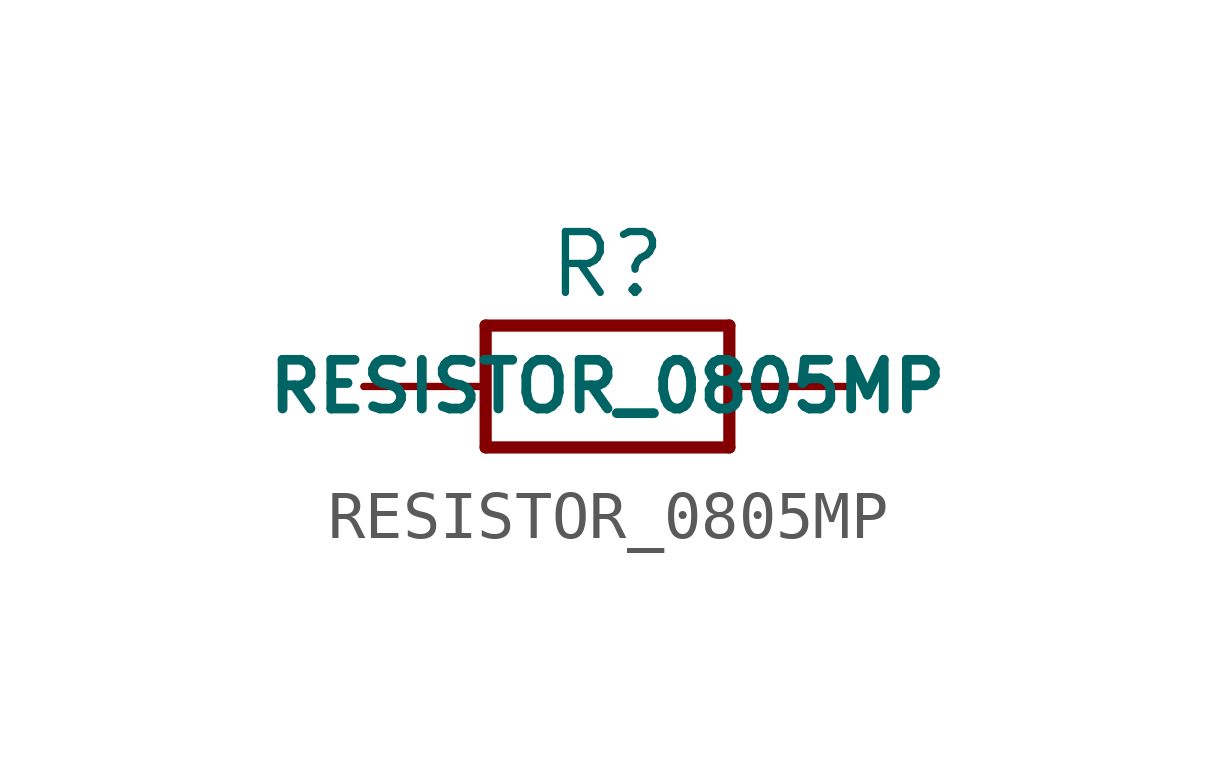
<source format=kicad_sym>
(kicad_symbol_lib
  (version 20201005)
  (generator kicad_symbol_editor)
  (symbol "RESISTOR_0805MP"
    (property "Reference" "R"
      (at 0 2.54 0)
      (effects (font (size 1.27 1.27))))
    (property "Value" "RESISTOR_0805MP"
      (at 0 0 0)
      (effects (font (size 1.016 1.016) bold)))
    (property "ki_locked" ""
      (at 0 0 0)
      (effects (font (size 1.27 1.27))))
    (symbol "RESISTOR_0805MP_1_0"
      (polyline (pts (xy -2.54 -1.27) (xy -2.54 1.27)) (stroke (width 0.254)) (fill (type none)))
      (polyline (pts (xy -2.54 1.27) (xy 2.54 1.27)) (stroke (width 0.254)) (fill (type none)))
      (polyline (pts (xy 2.54 -1.27) (xy -2.54 -1.27)) (stroke (width 0.254)) (fill (type none)))
      (polyline (pts (xy 2.54 1.27) (xy 2.54 -1.27)) (stroke (width 0.254)) (fill (type none)))
      (pin passive line (at -5.08 0 0) (length 2.54) (name "1" (effects (font (size 0 0)))) (number "1" (effects (font (size 0 0)))))
      (pin passive line (at 5.08 0 180) (length 2.54) (name "2" (effects (font (size 0 0)))) (number "2" (effects (font (size 0 0))))))))
</source>
